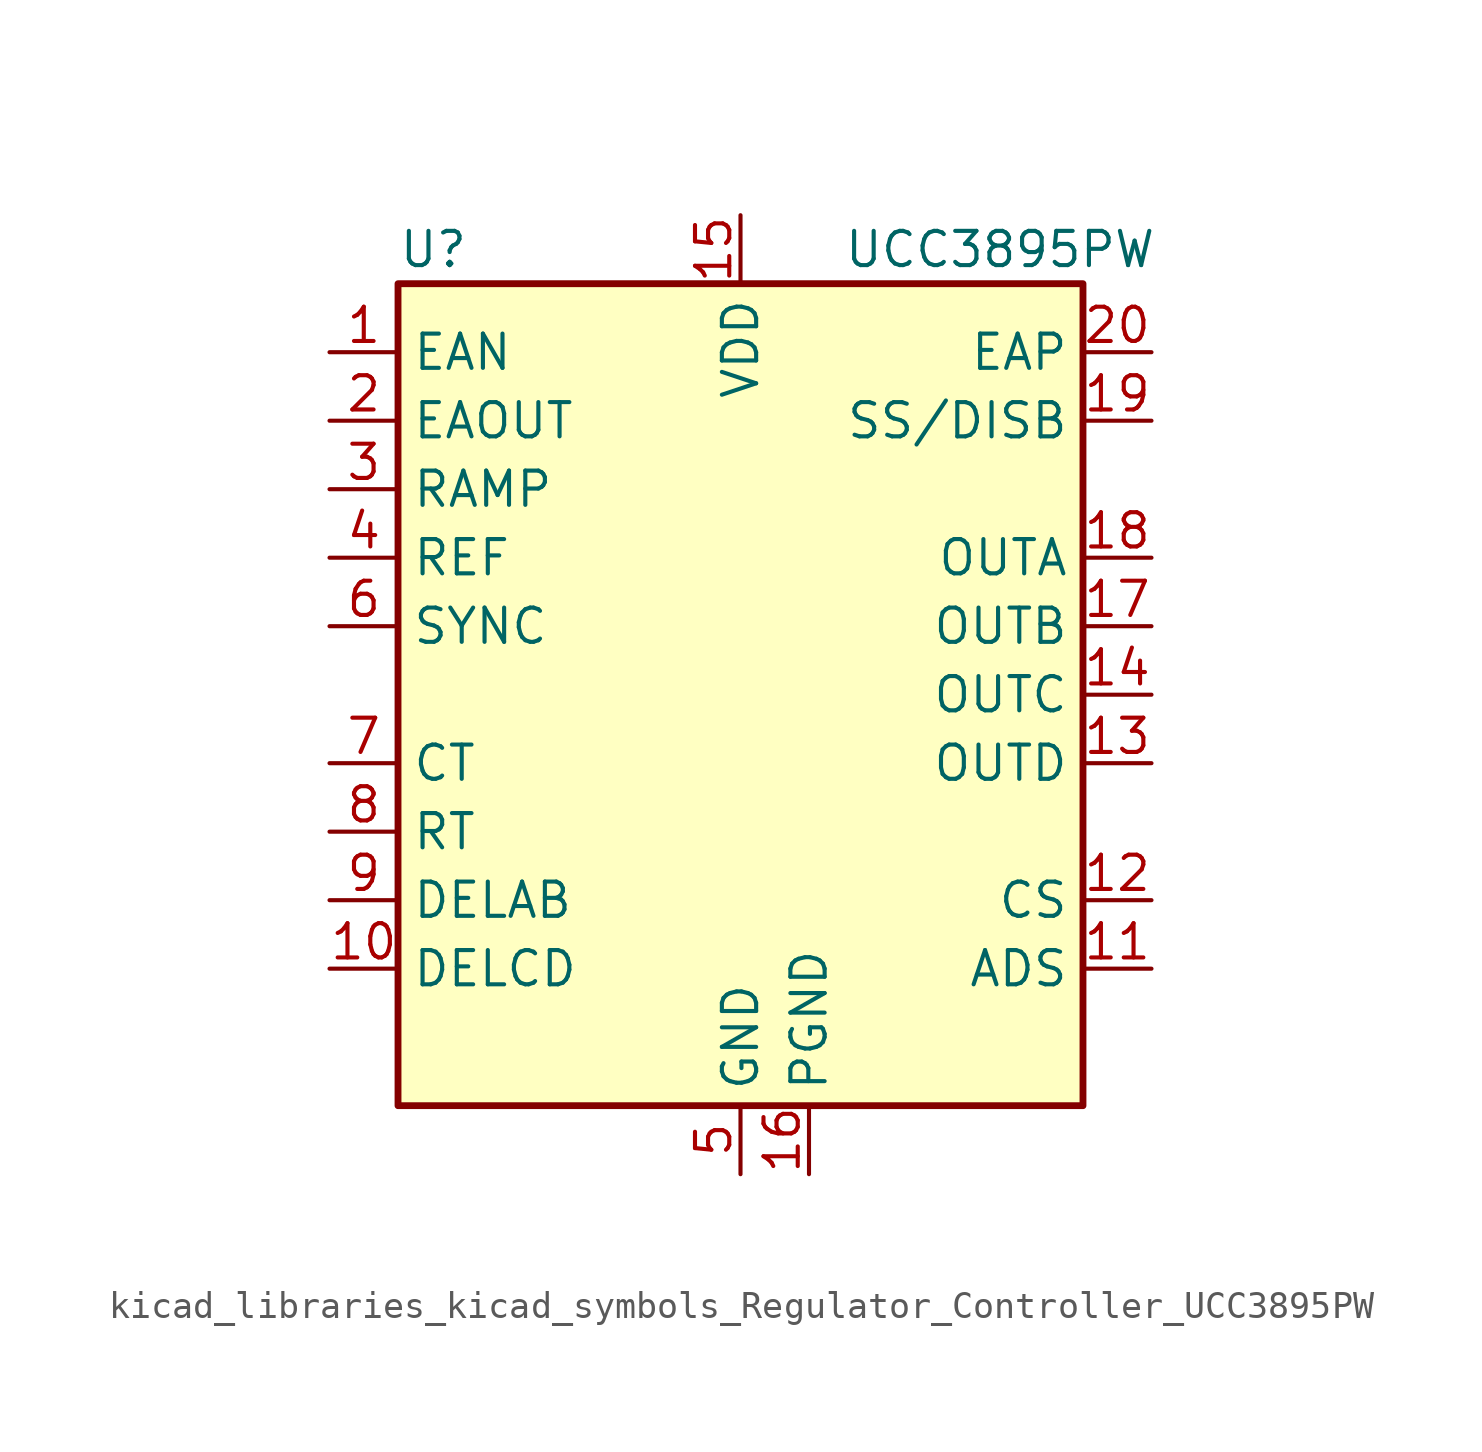
<source format=kicad_sym>
(kicad_symbol_lib
  (version 20220914)
  (generator kicad_symbol_editor)
  (symbol "kicad_libraries_kicad_symbols_Regulator_Controller_UCC3895PW"
    (property "Reference" "U"
      (at -12.7 16.51 0)
      (effects (font (size 1.27 1.27)) (justify left)))
    (property "Value" "UCC3895PW"
      (at 3.81 16.51 0)
      (effects (font (size 1.27 1.27)) (justify left)))
    (symbol "kicad_libraries_kicad_symbols_Regulator_Controller_UCC3895PW_0_1"
      (rectangle (start -12.7 15.24) (end 12.7 -15.24) (stroke (width 0.254) (type default)) (fill (type background))))
    (symbol "kicad_libraries_kicad_symbols_Regulator_Controller_UCC3895PW_1_1"
      (pin input line (at -15.24 12.7 0) (length 2.54) (name "EAN" (effects (font (size 1.27 1.27)))) (number "1" (effects (font (size 1.27 1.27)))))
      (pin passive line (at -15.24 -10.16 0) (length 2.54) (name "DELCD" (effects (font (size 1.27 1.27)))) (number "10" (effects (font (size 1.27 1.27)))))
      (pin input line (at 15.24 -10.16 180) (length 2.54) (name "ADS" (effects (font (size 1.27 1.27)))) (number "11" (effects (font (size 1.27 1.27)))))
      (pin input line (at 15.24 -7.62 180) (length 2.54) (name "CS" (effects (font (size 1.27 1.27)))) (number "12" (effects (font (size 1.27 1.27)))))
      (pin output line (at 15.24 -2.54 180) (length 2.54) (name "OUTD" (effects (font (size 1.27 1.27)))) (number "13" (effects (font (size 1.27 1.27)))))
      (pin output line (at 15.24 0 180) (length 2.54) (name "OUTC" (effects (font (size 1.27 1.27)))) (number "14" (effects (font (size 1.27 1.27)))))
      (pin power_in line (at 0 17.78 270) (length 2.54) (name "VDD" (effects (font (size 1.27 1.27)))) (number "15" (effects (font (size 1.27 1.27)))))
      (pin power_in line (at 2.54 -17.78 90) (length 2.54) (name "PGND" (effects (font (size 1.27 1.27)))) (number "16" (effects (font (size 1.27 1.27)))))
      (pin output line (at 15.24 2.54 180) (length 2.54) (name "OUTB" (effects (font (size 1.27 1.27)))) (number "17" (effects (font (size 1.27 1.27)))))
      (pin output line (at 15.24 5.08 180) (length 2.54) (name "OUTA" (effects (font (size 1.27 1.27)))) (number "18" (effects (font (size 1.27 1.27)))))
      (pin passive line (at 15.24 10.16 180) (length 2.54) (name "SS/DISB" (effects (font (size 1.27 1.27)))) (number "19" (effects (font (size 1.27 1.27)))))
      (pin bidirectional line (at -15.24 10.16 0) (length 2.54) (name "EAOUT" (effects (font (size 1.27 1.27)))) (number "2" (effects (font (size 1.27 1.27)))))
      (pin input line (at 15.24 12.7 180) (length 2.54) (name "EAP" (effects (font (size 1.27 1.27)))) (number "20" (effects (font (size 1.27 1.27)))))
      (pin input line (at -15.24 7.62 0) (length 2.54) (name "RAMP" (effects (font (size 1.27 1.27)))) (number "3" (effects (font (size 1.27 1.27)))))
      (pin output line (at -15.24 5.08 0) (length 2.54) (name "REF" (effects (font (size 1.27 1.27)))) (number "4" (effects (font (size 1.27 1.27)))))
      (pin power_in line (at 0 -17.78 90) (length 2.54) (name "GND" (effects (font (size 1.27 1.27)))) (number "5" (effects (font (size 1.27 1.27)))))
      (pin bidirectional line (at -15.24 2.54 0) (length 2.54) (name "SYNC" (effects (font (size 1.27 1.27)))) (number "6" (effects (font (size 1.27 1.27)))))
      (pin passive line (at -15.24 -2.54 0) (length 2.54) (name "CT" (effects (font (size 1.27 1.27)))) (number "7" (effects (font (size 1.27 1.27)))))
      (pin passive line (at -15.24 -5.08 0) (length 2.54) (name "RT" (effects (font (size 1.27 1.27)))) (number "8" (effects (font (size 1.27 1.27)))))
      (pin passive line (at -15.24 -7.62 0) (length 2.54) (name "DELAB" (effects (font (size 1.27 1.27)))) (number "9" (effects (font (size 1.27 1.27))))))))
</source>
